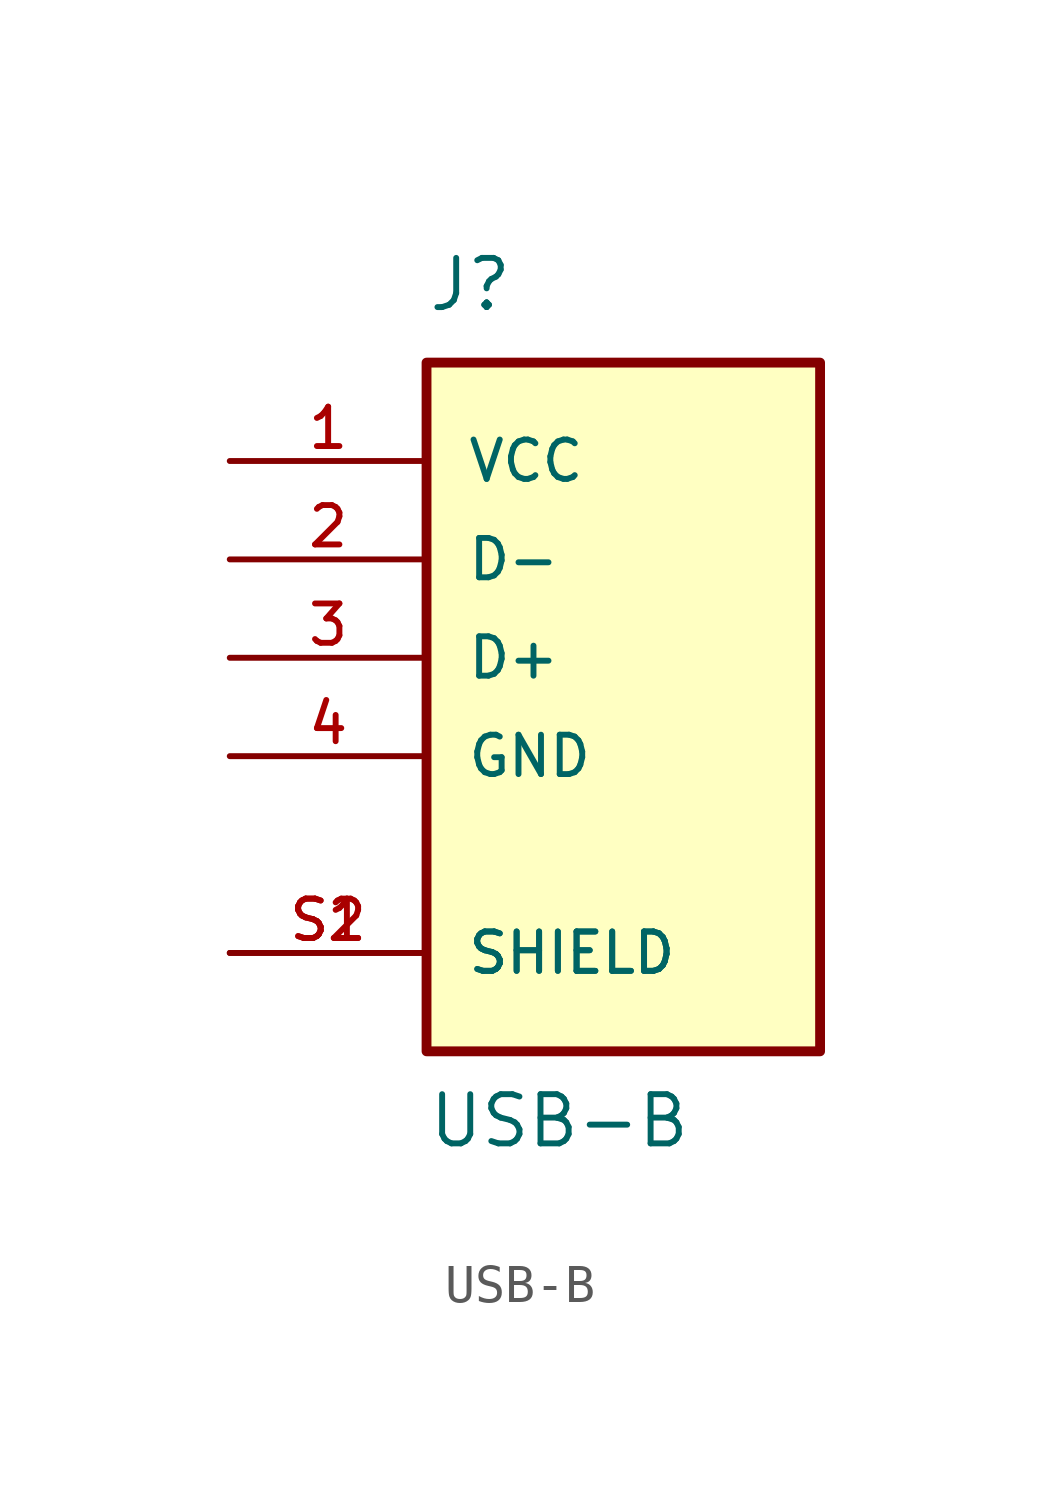
<source format=kicad_sym>
(kicad_symbol_lib
  (version 20211014)
  (generator kicad_symbol_editor)
  (symbol "USB-B"
    (pin_names
      (offset 1.016))
    (property "Reference" "J"
      (at -5.08 8.89 0)
      (effects (font (size 1.27 1.27)) (justify left bottom)))
    (property "Value" "USB-B"
      (at -5.08 -12.7 0)
      (effects (font (size 1.27 1.27)) (justify left bottom)))
    (symbol "USB-B_0_0"
      (rectangle (start -5.08 -10.16) (end 5.08 7.62) (stroke (width 0.254) (type default) (color 0 0 0 0)) (fill (type background)))
      (pin power_in line (at -10.16 5.08 0) (length 5.08) (name "VCC" (effects (font (size 1.016 1.016)))) (number "1" (effects (font (size 1.016 1.016)))))
      (pin bidirectional line (at -10.16 2.54 0) (length 5.08) (name "D-" (effects (font (size 1.016 1.016)))) (number "2" (effects (font (size 1.016 1.016)))))
      (pin bidirectional line (at -10.16 0 0) (length 5.08) (name "D+" (effects (font (size 1.016 1.016)))) (number "3" (effects (font (size 1.016 1.016)))))
      (pin power_in line (at -10.16 -2.54 0) (length 5.08) (name "GND" (effects (font (size 1.016 1.016)))) (number "4" (effects (font (size 1.016 1.016)))))
      (pin passive line (at -10.16 -7.62 0) (length 5.08) (name "SHIELD" (effects (font (size 1.016 1.016)))) (number "S1" (effects (font (size 1.016 1.016)))))
      (pin passive line (at -10.16 -7.62 0) (length 5.08) (name "SHIELD" (effects (font (size 1.016 1.016)))) (number "S2" (effects (font (size 1.016 1.016))))))))
</source>
